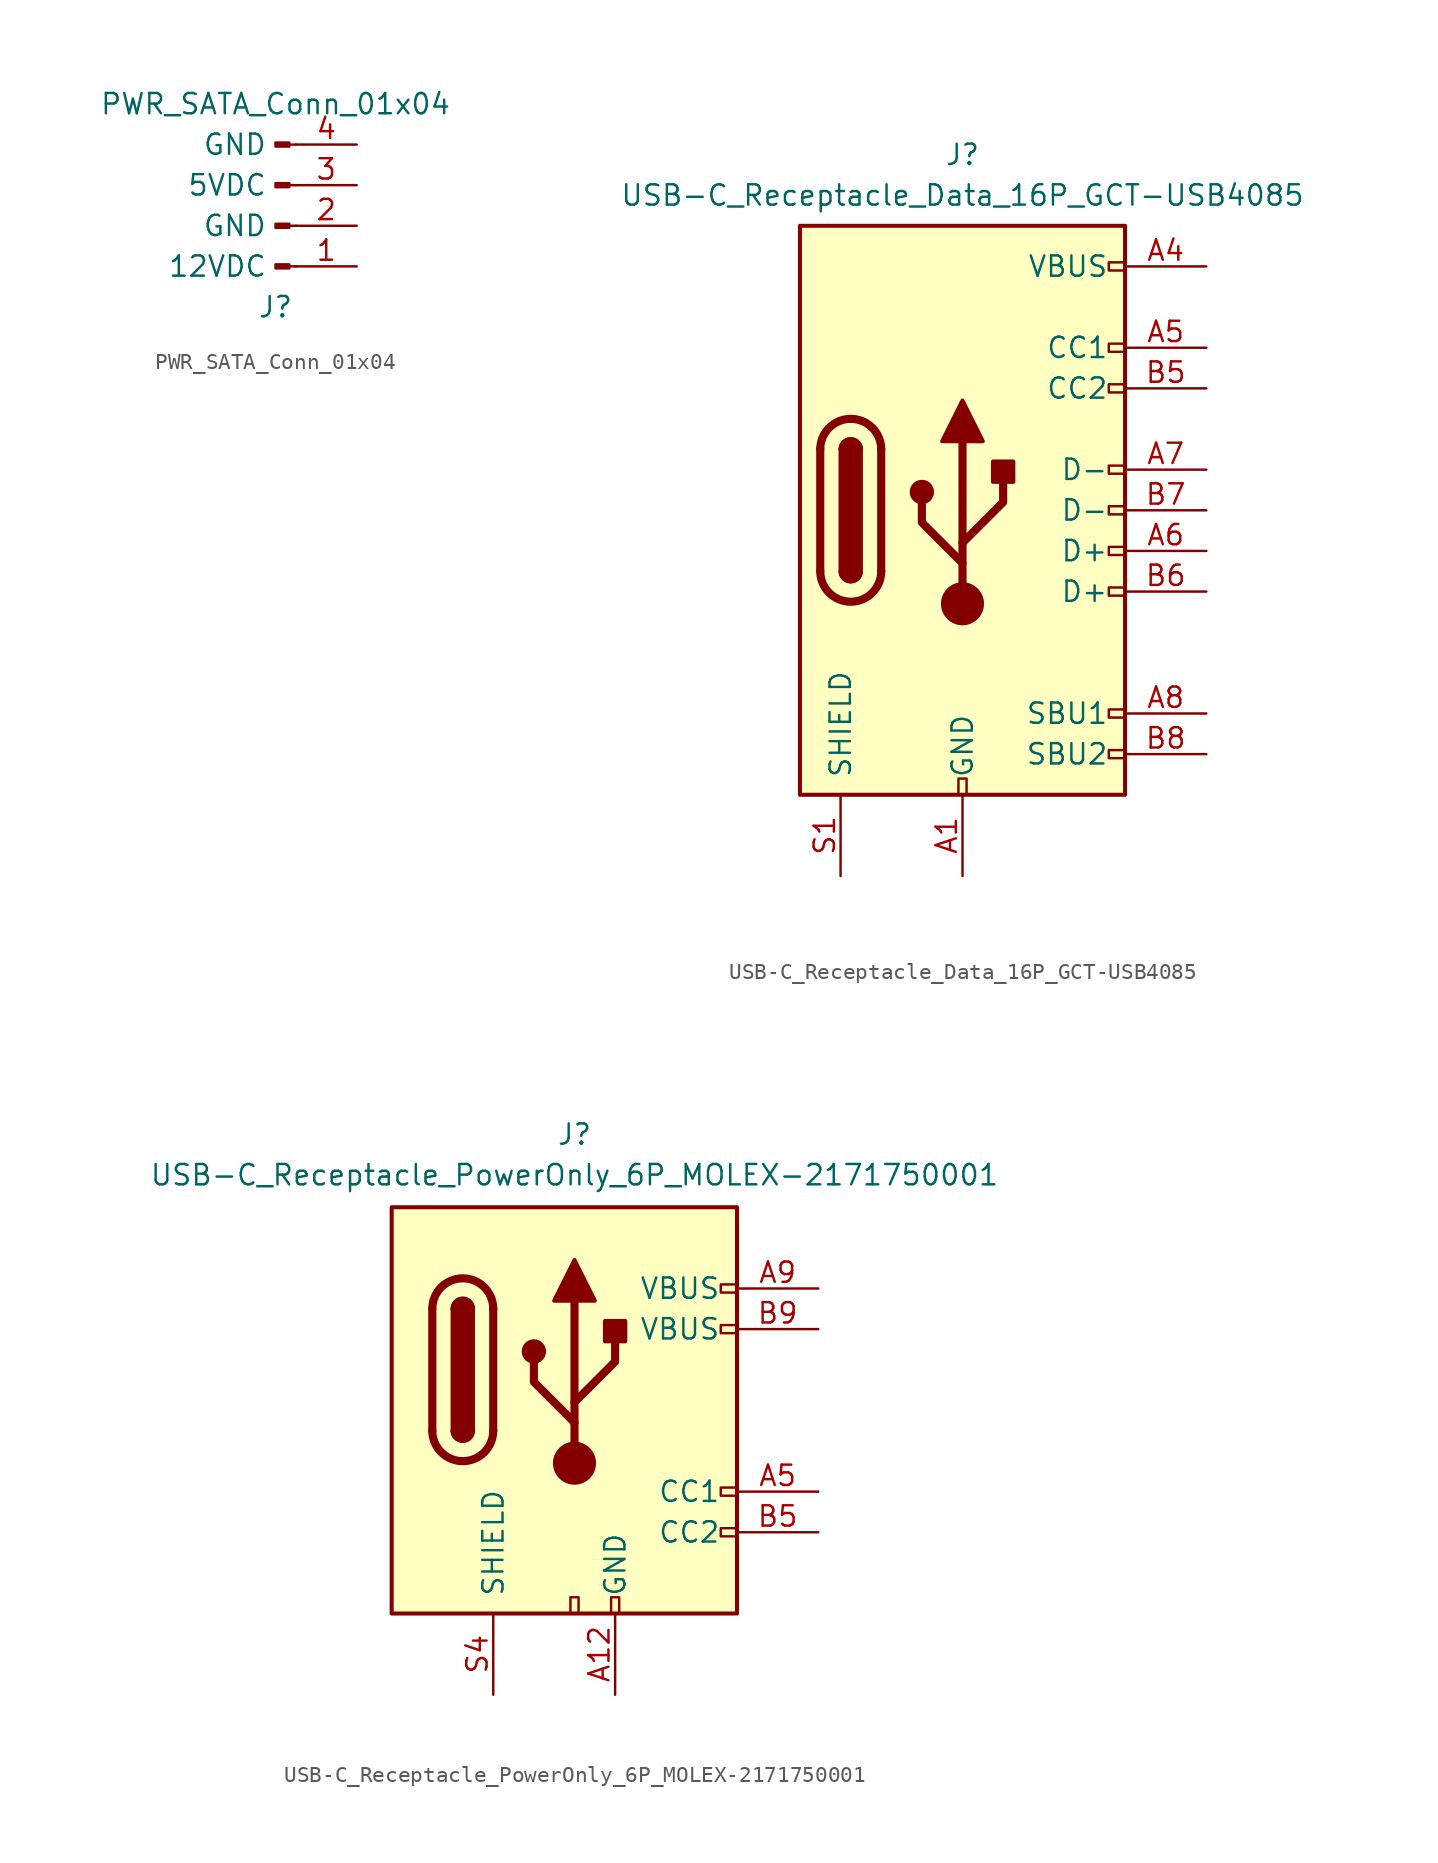
<source format=kicad_sym>
(kicad_symbol_lib
  (version 20231120)
  (generator "kicad_symbol_editor")
  (generator_version "8.0")
  (symbol "PWR_SATA_Conn_01x04"
    (pin_names
      (offset 1.778))
    (property "Reference" "J"
      (at 0 -7.62 0)
      (effects (font (size 1.27 1.27))))
    (property "Value" "PWR_SATA_Conn_01x04"
      (at 0 5.08 0)
      (effects (font (size 1.27 1.27))))
    (symbol "PWR_SATA_Conn_01x04_1_1"
      (rectangle (start 0 -4.953) (end 0.864 -5.207) (stroke (width 0.152) (type default)) (fill (type outline)))
      (rectangle (start 0 -2.413) (end 0.864 -2.667) (stroke (width 0.152) (type default)) (fill (type outline)))
      (polyline (pts (xy 1.27 -5.08) (xy 0.864 -5.08)) (stroke (width 0.152) (type default)) (fill (type none)))
      (polyline (pts (xy 1.27 -2.54) (xy 0.864 -2.54)) (stroke (width 0.152) (type default)) (fill (type none)))
      (polyline (pts (xy 1.27 0) (xy 0.864 0)) (stroke (width 0.152) (type default)) (fill (type none)))
      (polyline (pts (xy 1.27 2.54) (xy 0.864 2.54)) (stroke (width 0.152) (type default)) (fill (type none)))
      (rectangle (start 0 0.127) (end 0.864 -0.127) (stroke (width 0.152) (type default)) (fill (type outline)))
      (rectangle (start 0 2.667) (end 0.864 2.413) (stroke (width 0.152) (type default)) (fill (type outline)))
      (pin passive line (at 5.08 -5.08 180) (length 3.81) (name "12VDC" (effects (font (size 1.27 1.27)))) (number "1" (effects (font (size 1.27 1.27)))))
      (pin passive line (at 5.08 -2.54 180) (length 3.81) (name "GND" (effects (font (size 1.27 1.27)))) (number "2" (effects (font (size 1.27 1.27)))))
      (pin passive line (at 5.08 0 180) (length 3.81) (name "5VDC" (effects (font (size 1.27 1.27)))) (number "3" (effects (font (size 1.27 1.27)))))
      (pin passive line (at 5.08 2.54 180) (length 3.81) (name "GND" (effects (font (size 1.27 1.27)))) (number "4" (effects (font (size 1.27 1.27)))))))
  (symbol "USB-C_Receptacle_Data_16P_GCT-USB4085"
    (pin_names
      (offset 1.016))
    (property "Reference" "J"
      (at 0 22.225 0)
      (effects (font (size 1.27 1.27))))
    (property "Value" "USB-C_Receptacle_Data_16P_GCT-USB4085"
      (at 0 19.685 0)
      (effects (font (size 1.27 1.27))))
    (symbol "USB-C_Receptacle_Data_16P_GCT-USB4085_0_0"
      (rectangle (start -0.254 -17.78) (end 0.254 -16.764) (stroke (width 0) (type default)) (fill (type none)))
      (rectangle (start 10.16 -14.986) (end 9.144 -15.494) (stroke (width 0) (type default)) (fill (type none)))
      (rectangle (start 10.16 -12.446) (end 9.144 -12.954) (stroke (width 0) (type default)) (fill (type none)))
      (rectangle (start 10.16 -4.826) (end 9.144 -5.334) (stroke (width 0) (type default)) (fill (type none)))
      (rectangle (start 10.16 -2.286) (end 9.144 -2.794) (stroke (width 0) (type default)) (fill (type none)))
      (rectangle (start 10.16 0.254) (end 9.144 -0.254) (stroke (width 0) (type default)) (fill (type none)))
      (rectangle (start 10.16 2.794) (end 9.144 2.286) (stroke (width 0) (type default)) (fill (type none)))
      (rectangle (start 10.16 7.874) (end 9.144 7.366) (stroke (width 0) (type default)) (fill (type none)))
      (rectangle (start 10.16 10.414) (end 9.144 9.906) (stroke (width 0) (type default)) (fill (type none)))
      (rectangle (start 10.16 15.494) (end 9.144 14.986) (stroke (width 0) (type default)) (fill (type none))))
    (symbol "USB-C_Receptacle_Data_16P_GCT-USB4085_0_1"
      (rectangle (start -10.16 17.78) (end 10.16 -17.78) (stroke (width 0.254) (type default)) (fill (type background)))
      (arc (start -8.89 -3.81) (mid -6.985 -5.7067) (end -5.08 -3.81) (stroke (width 0.508) (type default)) (fill (type none)))
      (arc (start -7.62 -3.81) (mid -6.985 -4.4423) (end -6.35 -3.81) (stroke (width 0.254) (type default)) (fill (type none)))
      (arc (start -7.62 -3.81) (mid -6.985 -4.4423) (end -6.35 -3.81) (stroke (width 0.254) (type default)) (fill (type outline)))
      (rectangle (start -7.62 -3.81) (end -6.35 3.81) (stroke (width 0.254) (type default)) (fill (type outline)))
      (arc (start -6.35 3.81) (mid -6.985 4.4423) (end -7.62 3.81) (stroke (width 0.254) (type default)) (fill (type none)))
      (arc (start -6.35 3.81) (mid -6.985 4.4423) (end -7.62 3.81) (stroke (width 0.254) (type default)) (fill (type outline)))
      (arc (start -5.08 3.81) (mid -6.985 5.7067) (end -8.89 3.81) (stroke (width 0.508) (type default)) (fill (type none)))
      (circle (center -2.54 1.143) (radius 0.635) (stroke (width 0.254) (type default)) (fill (type outline)))
      (circle (center 0 -5.842) (radius 1.27) (stroke (width 0) (type default)) (fill (type outline)))
      (polyline (pts (xy -8.89 -3.81) (xy -8.89 3.81)) (stroke (width 0.508) (type default)) (fill (type none)))
      (polyline (pts (xy -5.08 3.81) (xy -5.08 -3.81)) (stroke (width 0.508) (type default)) (fill (type none)))
      (polyline (pts (xy 0 -5.842) (xy 0 4.318)) (stroke (width 0.508) (type default)) (fill (type none)))
      (polyline (pts (xy 0 -3.302) (xy -2.54 -0.762) (xy -2.54 0.508)) (stroke (width 0.508) (type default)) (fill (type none)))
      (polyline (pts (xy 0 -2.032) (xy 2.54 0.508) (xy 2.54 1.778)) (stroke (width 0.508) (type default)) (fill (type none)))
      (polyline (pts (xy -1.27 4.318) (xy 0 6.858) (xy 1.27 4.318) (xy -1.27 4.318)) (stroke (width 0.254) (type default)) (fill (type outline)))
      (rectangle (start 1.905 1.778) (end 3.175 3.048) (stroke (width 0.254) (type default)) (fill (type outline))))
    (symbol "USB-C_Receptacle_Data_16P_GCT-USB4085_1_1"
      (pin power_in line (at 0 -22.86 90) (length 5.08) (name "GND" (effects (font (size 1.27 1.27)))) (number "A1" (effects (font (size 1.27 1.27)))))
      (pin power_in line (at 0 -22.86 90) (length 5.08) hide (name "GND" (effects (font (size 1.27 1.27)))) (number "A12" (effects (font (size 1.27 1.27)))))
      (pin power_out line (at 15.24 15.24 180) (length 5.08) (name "VBUS" (effects (font (size 1.27 1.27)))) (number "A4" (effects (font (size 1.27 1.27)))))
      (pin bidirectional line (at 15.24 10.16 180) (length 5.08) (name "CC1" (effects (font (size 1.27 1.27)))) (number "A5" (effects (font (size 1.27 1.27)))))
      (pin bidirectional line (at 15.24 -2.54 180) (length 5.08) (name "D+" (effects (font (size 1.27 1.27)))) (number "A6" (effects (font (size 1.27 1.27)))))
      (pin bidirectional line (at 15.24 2.54 180) (length 5.08) (name "D-" (effects (font (size 1.27 1.27)))) (number "A7" (effects (font (size 1.27 1.27)))))
      (pin bidirectional line (at 15.24 -12.7 180) (length 5.08) (name "SBU1" (effects (font (size 1.27 1.27)))) (number "A8" (effects (font (size 1.27 1.27)))))
      (pin power_out line (at 15.24 15.24 180) (length 5.08) hide (name "VBUS" (effects (font (size 1.27 1.27)))) (number "A9" (effects (font (size 1.27 1.27)))))
      (pin power_in line (at 0 -22.86 90) (length 5.08) hide (name "GND" (effects (font (size 1.27 1.27)))) (number "B1" (effects (font (size 1.27 1.27)))))
      (pin power_in line (at 0 -22.86 90) (length 5.08) hide (name "GND" (effects (font (size 1.27 1.27)))) (number "B12" (effects (font (size 1.27 1.27)))))
      (pin power_out line (at 15.24 15.24 180) (length 5.08) hide (name "VBUS" (effects (font (size 1.27 1.27)))) (number "B4" (effects (font (size 1.27 1.27)))))
      (pin bidirectional line (at 15.24 7.62 180) (length 5.08) (name "CC2" (effects (font (size 1.27 1.27)))) (number "B5" (effects (font (size 1.27 1.27)))))
      (pin bidirectional line (at 15.24 -5.08 180) (length 5.08) (name "D+" (effects (font (size 1.27 1.27)))) (number "B6" (effects (font (size 1.27 1.27)))))
      (pin bidirectional line (at 15.24 0 180) (length 5.08) (name "D-" (effects (font (size 1.27 1.27)))) (number "B7" (effects (font (size 1.27 1.27)))))
      (pin bidirectional line (at 15.24 -15.24 180) (length 5.08) (name "SBU2" (effects (font (size 1.27 1.27)))) (number "B8" (effects (font (size 1.27 1.27)))))
      (pin passive line (at 15.24 15.24 180) (length 5.08) hide (name "VBUS" (effects (font (size 1.27 1.27)))) (number "B9" (effects (font (size 1.27 1.27)))))
      (pin power_in line (at -7.62 -22.86 90) (length 5.08) (name "SHIELD" (effects (font (size 1.27 1.27)))) (number "S1" (effects (font (size 1.27 1.27)))))
      (pin power_in line (at -7.62 -22.86 90) (length 5.08) hide (name "SHIELD" (effects (font (size 1.27 1.27)))) (number "S2" (effects (font (size 1.27 1.27)))))
      (pin power_in line (at -7.62 -22.86 90) (length 5.08) hide (name "SHIELD" (effects (font (size 1.27 1.27)))) (number "S3" (effects (font (size 1.27 1.27)))))
      (pin power_in line (at -7.62 -22.86 90) (length 5.08) hide (name "SHIELD" (effects (font (size 1.27 1.27)))) (number "S4" (effects (font (size 1.27 1.27)))))))
  (symbol "USB-C_Receptacle_PowerOnly_6P_MOLEX-2171750001"
    (pin_names
      (offset 1.016))
    (property "Reference" "J"
      (at 0 16.51 0)
      (effects (font (size 1.27 1.27)) (justify bottom)))
    (property "Value" "USB-C_Receptacle_PowerOnly_6P_MOLEX-2171750001"
      (at 0 13.97 0)
      (effects (font (size 1.27 1.27)) (justify bottom)))
    (symbol "USB-C_Receptacle_PowerOnly_6P_MOLEX-2171750001_0_0"
      (rectangle (start -0.254 -12.7) (end 0.254 -11.684) (stroke (width 0) (type default)) (fill (type none)))
      (rectangle (start 2.286 -12.7) (end 2.794 -11.684) (stroke (width 0) (type default)) (fill (type none)))
      (rectangle (start 10.16 -7.366) (end 9.144 -7.874) (stroke (width 0) (type default)) (fill (type none)))
      (rectangle (start 10.16 -4.826) (end 9.144 -5.334) (stroke (width 0) (type default)) (fill (type none)))
      (rectangle (start 10.16 5.334) (end 9.144 4.826) (stroke (width 0) (type default)) (fill (type none)))
      (rectangle (start 10.16 7.874) (end 9.144 7.366) (stroke (width 0) (type default)) (fill (type none))))
    (symbol "USB-C_Receptacle_PowerOnly_6P_MOLEX-2171750001_0_1"
      (rectangle (start -11.43 12.7) (end 10.16 -12.7) (stroke (width 0.254) (type default)) (fill (type background)))
      (arc (start -8.89 -1.27) (mid -6.985 -3.1667) (end -5.08 -1.27) (stroke (width 0.508) (type default)) (fill (type none)))
      (arc (start -7.62 -1.27) (mid -6.985 -1.9023) (end -6.35 -1.27) (stroke (width 0.254) (type default)) (fill (type none)))
      (arc (start -7.62 -1.27) (mid -6.985 -1.9023) (end -6.35 -1.27) (stroke (width 0.254) (type default)) (fill (type outline)))
      (rectangle (start -7.62 -1.27) (end -6.35 6.35) (stroke (width 0.254) (type default)) (fill (type outline)))
      (arc (start -6.35 6.35) (mid -6.985 6.9823) (end -7.62 6.35) (stroke (width 0.254) (type default)) (fill (type none)))
      (arc (start -6.35 6.35) (mid -6.985 6.9823) (end -7.62 6.35) (stroke (width 0.254) (type default)) (fill (type outline)))
      (arc (start -5.08 6.35) (mid -6.985 8.2467) (end -8.89 6.35) (stroke (width 0.508) (type default)) (fill (type none)))
      (circle (center -2.54 3.683) (radius 0.635) (stroke (width 0.254) (type default)) (fill (type outline)))
      (circle (center 0 -3.302) (radius 1.27) (stroke (width 0) (type default)) (fill (type outline)))
      (polyline (pts (xy -8.89 -1.27) (xy -8.89 6.35)) (stroke (width 0.508) (type default)) (fill (type none)))
      (polyline (pts (xy -5.08 6.35) (xy -5.08 -1.27)) (stroke (width 0.508) (type default)) (fill (type none)))
      (polyline (pts (xy 0 -3.302) (xy 0 6.858)) (stroke (width 0.508) (type default)) (fill (type none)))
      (polyline (pts (xy 0 -0.762) (xy -2.54 1.778) (xy -2.54 3.048)) (stroke (width 0.508) (type default)) (fill (type none)))
      (polyline (pts (xy 0 0.508) (xy 2.54 3.048) (xy 2.54 4.318)) (stroke (width 0.508) (type default)) (fill (type none)))
      (polyline (pts (xy -1.27 6.858) (xy 0 9.398) (xy 1.27 6.858) (xy -1.27 6.858)) (stroke (width 0.254) (type default)) (fill (type outline)))
      (rectangle (start 1.905 4.318) (end 3.175 5.588) (stroke (width 0.254) (type default)) (fill (type outline))))
    (symbol "USB-C_Receptacle_PowerOnly_6P_MOLEX-2171750001_1_1"
      (pin power_in line (at 2.54 -17.78 90) (length 5.08) (name "GND" (effects (font (size 1.27 1.27)))) (number "A12" (effects (font (size 1.27 1.27)))))
      (pin bidirectional line (at 15.24 -5.08 180) (length 5.08) (name "CC1" (effects (font (size 1.27 1.27)))) (number "A5" (effects (font (size 1.27 1.27)))))
      (pin power_out line (at 15.24 7.62 180) (length 5.08) (name "VBUS" (effects (font (size 1.27 1.27)))) (number "A9" (effects (font (size 1.27 1.27)))))
      (pin power_in line (at 2.54 -17.78 90) (length 5.08) hide (name "GND" (effects (font (size 1.27 1.27)))) (number "B12" (effects (font (size 1.27 1.27)))))
      (pin bidirectional line (at 15.24 -7.62 180) (length 5.08) (name "CC2" (effects (font (size 1.27 1.27)))) (number "B5" (effects (font (size 1.27 1.27)))))
      (pin power_out line (at 15.24 5.08 180) (length 5.08) (name "VBUS" (effects (font (size 1.27 1.27)))) (number "B9" (effects (font (size 1.27 1.27)))))
      (pin passive line (at -5.08 -17.78 90) (length 5.08) hide (name "SHIELD" (effects (font (size 1.27 1.27)))) (number "S1" (effects (font (size 1.27 1.27)))))
      (pin passive line (at -5.08 -17.78 90) (length 5.08) hide (name "SHIELD" (effects (font (size 1.27 1.27)))) (number "S2" (effects (font (size 1.27 1.27)))))
      (pin passive line (at -5.08 -17.78 90) (length 5.08) hide (name "SHIELD" (effects (font (size 1.27 1.27)))) (number "S3" (effects (font (size 1.27 1.27)))))
      (pin passive line (at -5.08 -17.78 90) (length 5.08) (name "SHIELD" (effects (font (size 1.27 1.27)))) (number "S4" (effects (font (size 1.27 1.27))))))))
</source>
